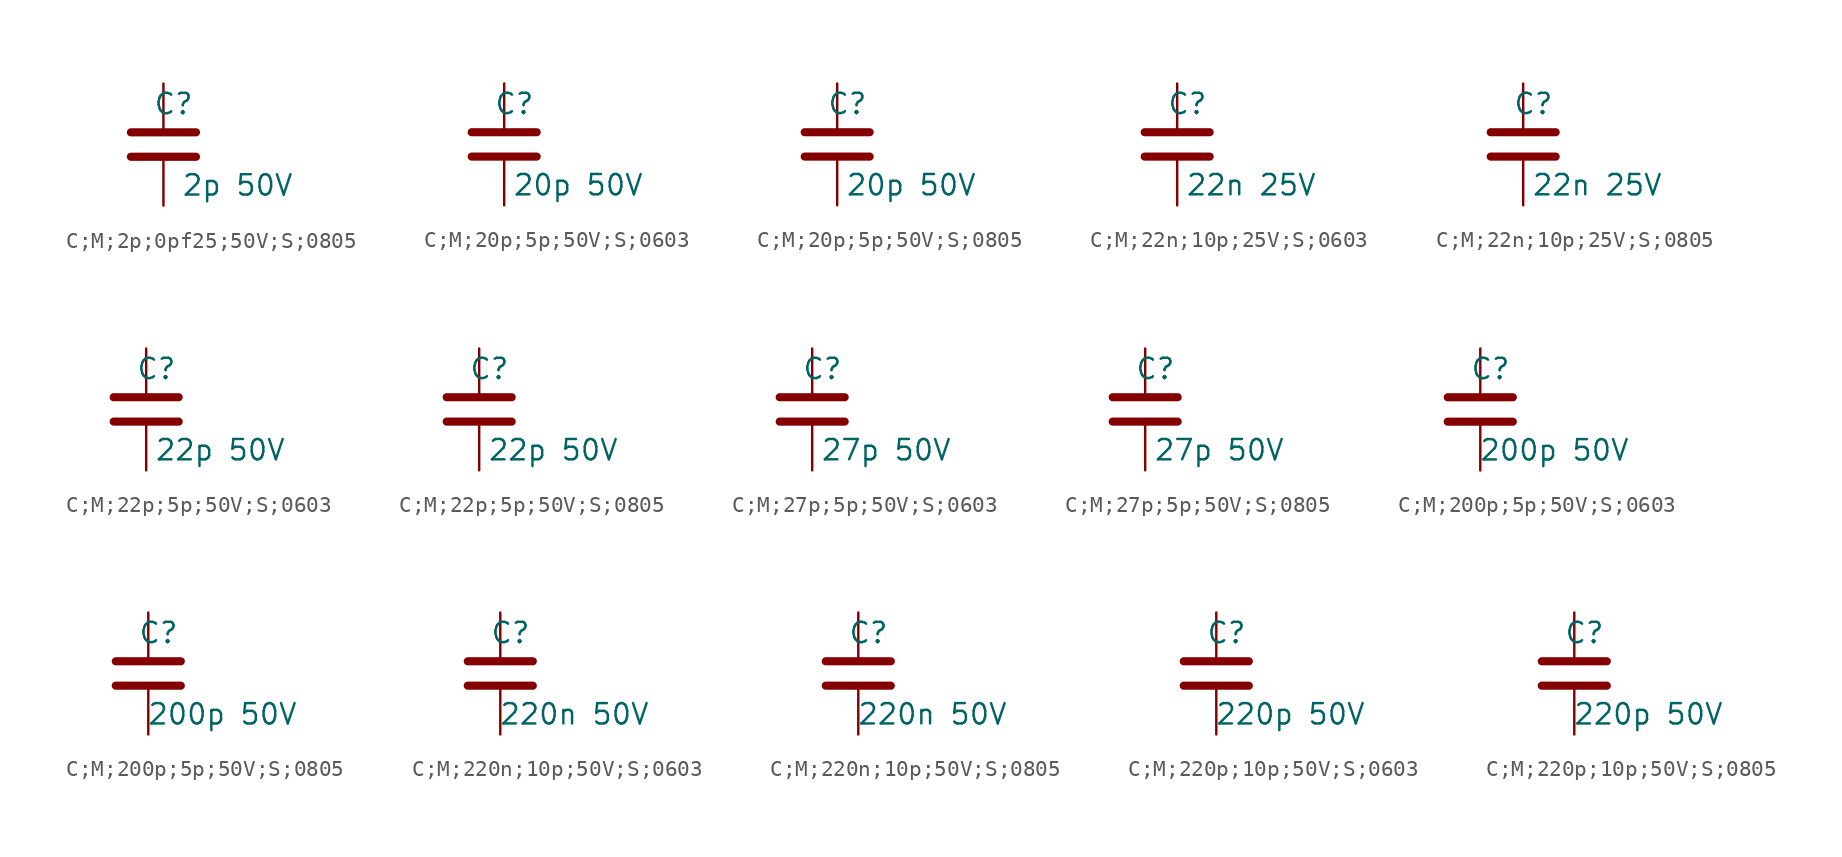
<source format=kicad_sym>
(kicad_symbol_lib
  (version 20231120)
  (generator "kicad_symbol_editor")
  (generator_version "8.0")
  (symbol "C;M;2p;0pf25;50V;S;0805"
    (pin_numbers hide)
    (pin_names
      (offset 0.254))
    (property "Reference" "C"
      (at 0.635 2.54 0)
      (effects (font (size 1.27 1.27))))
    (property "Value" "2p 50V"
      (at 4.635 -2.54 0)
      (effects (font (size 1.27 1.27))))
    (symbol "C;M;2p;0pf25;50V;S;0805_0_1"
      (polyline (pts (xy -2.032 -0.762) (xy 2.032 -0.762)) (stroke (width 0.508) (type default)) (fill (type none)))
      (polyline (pts (xy -2.032 0.762) (xy 2.032 0.762)) (stroke (width 0.508) (type default)) (fill (type none))))
    (symbol "C;M;2p;0pf25;50V;S;0805_1_1"
      (pin passive line (at 0 3.81 270) (length 2.794) (name "~" (effects (font (size 1.27 1.27)))) (number "1" (effects (font (size 1.27 1.27)))))
      (pin passive line (at 0 -3.81 90) (length 2.794) (name "~" (effects (font (size 1.27 1.27)))) (number "2" (effects (font (size 1.27 1.27)))))))
  (symbol "C;M;20p;5p;50V;S;0603"
    (pin_numbers hide)
    (pin_names
      (offset 0.254))
    (property "Reference" "C"
      (at 0.635 2.54 0)
      (effects (font (size 1.27 1.27))))
    (property "Value" "20p 50V"
      (at 4.635 -2.54 0)
      (effects (font (size 1.27 1.27))))
    (symbol "C;M;20p;5p;50V;S;0603_0_1"
      (polyline (pts (xy -2.032 -0.762) (xy 2.032 -0.762)) (stroke (width 0.508) (type default)) (fill (type none)))
      (polyline (pts (xy -2.032 0.762) (xy 2.032 0.762)) (stroke (width 0.508) (type default)) (fill (type none))))
    (symbol "C;M;20p;5p;50V;S;0603_1_1"
      (pin passive line (at 0 3.81 270) (length 2.794) (name "~" (effects (font (size 1.27 1.27)))) (number "1" (effects (font (size 1.27 1.27)))))
      (pin passive line (at 0 -3.81 90) (length 2.794) (name "~" (effects (font (size 1.27 1.27)))) (number "2" (effects (font (size 1.27 1.27)))))))
  (symbol "C;M;20p;5p;50V;S;0805"
    (pin_numbers hide)
    (pin_names
      (offset 0.254))
    (property "Reference" "C"
      (at 0.635 2.54 0)
      (effects (font (size 1.27 1.27))))
    (property "Value" "20p 50V"
      (at 4.635 -2.54 0)
      (effects (font (size 1.27 1.27))))
    (symbol "C;M;20p;5p;50V;S;0805_0_1"
      (polyline (pts (xy -2.032 -0.762) (xy 2.032 -0.762)) (stroke (width 0.508) (type default)) (fill (type none)))
      (polyline (pts (xy -2.032 0.762) (xy 2.032 0.762)) (stroke (width 0.508) (type default)) (fill (type none))))
    (symbol "C;M;20p;5p;50V;S;0805_1_1"
      (pin passive line (at 0 3.81 270) (length 2.794) (name "~" (effects (font (size 1.27 1.27)))) (number "1" (effects (font (size 1.27 1.27)))))
      (pin passive line (at 0 -3.81 90) (length 2.794) (name "~" (effects (font (size 1.27 1.27)))) (number "2" (effects (font (size 1.27 1.27)))))))
  (symbol "C;M;22n;10p;25V;S;0603"
    (pin_numbers hide)
    (pin_names
      (offset 0.254))
    (property "Reference" "C"
      (at 0.635 2.54 0)
      (effects (font (size 1.27 1.27))))
    (property "Value" "22n 25V"
      (at 4.635 -2.54 0)
      (effects (font (size 1.27 1.27))))
    (symbol "C;M;22n;10p;25V;S;0603_0_1"
      (polyline (pts (xy -2.032 -0.762) (xy 2.032 -0.762)) (stroke (width 0.508) (type default)) (fill (type none)))
      (polyline (pts (xy -2.032 0.762) (xy 2.032 0.762)) (stroke (width 0.508) (type default)) (fill (type none))))
    (symbol "C;M;22n;10p;25V;S;0603_1_1"
      (pin passive line (at 0 3.81 270) (length 2.794) (name "~" (effects (font (size 1.27 1.27)))) (number "1" (effects (font (size 1.27 1.27)))))
      (pin passive line (at 0 -3.81 90) (length 2.794) (name "~" (effects (font (size 1.27 1.27)))) (number "2" (effects (font (size 1.27 1.27)))))))
  (symbol "C;M;22n;10p;25V;S;0805"
    (pin_numbers hide)
    (pin_names
      (offset 0.254))
    (property "Reference" "C"
      (at 0.635 2.54 0)
      (effects (font (size 1.27 1.27))))
    (property "Value" "22n 25V"
      (at 4.635 -2.54 0)
      (effects (font (size 1.27 1.27))))
    (symbol "C;M;22n;10p;25V;S;0805_0_1"
      (polyline (pts (xy -2.032 -0.762) (xy 2.032 -0.762)) (stroke (width 0.508) (type default)) (fill (type none)))
      (polyline (pts (xy -2.032 0.762) (xy 2.032 0.762)) (stroke (width 0.508) (type default)) (fill (type none))))
    (symbol "C;M;22n;10p;25V;S;0805_1_1"
      (pin passive line (at 0 3.81 270) (length 2.794) (name "~" (effects (font (size 1.27 1.27)))) (number "1" (effects (font (size 1.27 1.27)))))
      (pin passive line (at 0 -3.81 90) (length 2.794) (name "~" (effects (font (size 1.27 1.27)))) (number "2" (effects (font (size 1.27 1.27)))))))
  (symbol "C;M;22p;5p;50V;S;0603"
    (pin_numbers hide)
    (pin_names
      (offset 0.254))
    (property "Reference" "C"
      (at 0.635 2.54 0)
      (effects (font (size 1.27 1.27))))
    (property "Value" "22p 50V"
      (at 4.635 -2.54 0)
      (effects (font (size 1.27 1.27))))
    (symbol "C;M;22p;5p;50V;S;0603_0_1"
      (polyline (pts (xy -2.032 -0.762) (xy 2.032 -0.762)) (stroke (width 0.508) (type default)) (fill (type none)))
      (polyline (pts (xy -2.032 0.762) (xy 2.032 0.762)) (stroke (width 0.508) (type default)) (fill (type none))))
    (symbol "C;M;22p;5p;50V;S;0603_1_1"
      (pin passive line (at 0 3.81 270) (length 2.794) (name "~" (effects (font (size 1.27 1.27)))) (number "1" (effects (font (size 1.27 1.27)))))
      (pin passive line (at 0 -3.81 90) (length 2.794) (name "~" (effects (font (size 1.27 1.27)))) (number "2" (effects (font (size 1.27 1.27)))))))
  (symbol "C;M;22p;5p;50V;S;0805"
    (pin_numbers hide)
    (pin_names
      (offset 0.254))
    (property "Reference" "C"
      (at 0.635 2.54 0)
      (effects (font (size 1.27 1.27))))
    (property "Value" "22p 50V"
      (at 4.635 -2.54 0)
      (effects (font (size 1.27 1.27))))
    (symbol "C;M;22p;5p;50V;S;0805_0_1"
      (polyline (pts (xy -2.032 -0.762) (xy 2.032 -0.762)) (stroke (width 0.508) (type default)) (fill (type none)))
      (polyline (pts (xy -2.032 0.762) (xy 2.032 0.762)) (stroke (width 0.508) (type default)) (fill (type none))))
    (symbol "C;M;22p;5p;50V;S;0805_1_1"
      (pin passive line (at 0 3.81 270) (length 2.794) (name "~" (effects (font (size 1.27 1.27)))) (number "1" (effects (font (size 1.27 1.27)))))
      (pin passive line (at 0 -3.81 90) (length 2.794) (name "~" (effects (font (size 1.27 1.27)))) (number "2" (effects (font (size 1.27 1.27)))))))
  (symbol "C;M;27p;5p;50V;S;0603"
    (pin_numbers hide)
    (pin_names
      (offset 0.254))
    (property "Reference" "C"
      (at 0.635 2.54 0)
      (effects (font (size 1.27 1.27))))
    (property "Value" "27p 50V"
      (at 4.635 -2.54 0)
      (effects (font (size 1.27 1.27))))
    (symbol "C;M;27p;5p;50V;S;0603_0_1"
      (polyline (pts (xy -2.032 -0.762) (xy 2.032 -0.762)) (stroke (width 0.508) (type default)) (fill (type none)))
      (polyline (pts (xy -2.032 0.762) (xy 2.032 0.762)) (stroke (width 0.508) (type default)) (fill (type none))))
    (symbol "C;M;27p;5p;50V;S;0603_1_1"
      (pin passive line (at 0 3.81 270) (length 2.794) (name "~" (effects (font (size 1.27 1.27)))) (number "1" (effects (font (size 1.27 1.27)))))
      (pin passive line (at 0 -3.81 90) (length 2.794) (name "~" (effects (font (size 1.27 1.27)))) (number "2" (effects (font (size 1.27 1.27)))))))
  (symbol "C;M;27p;5p;50V;S;0805"
    (pin_numbers hide)
    (pin_names
      (offset 0.254))
    (property "Reference" "C"
      (at 0.635 2.54 0)
      (effects (font (size 1.27 1.27))))
    (property "Value" "27p 50V"
      (at 4.635 -2.54 0)
      (effects (font (size 1.27 1.27))))
    (symbol "C;M;27p;5p;50V;S;0805_0_1"
      (polyline (pts (xy -2.032 -0.762) (xy 2.032 -0.762)) (stroke (width 0.508) (type default)) (fill (type none)))
      (polyline (pts (xy -2.032 0.762) (xy 2.032 0.762)) (stroke (width 0.508) (type default)) (fill (type none))))
    (symbol "C;M;27p;5p;50V;S;0805_1_1"
      (pin passive line (at 0 3.81 270) (length 2.794) (name "~" (effects (font (size 1.27 1.27)))) (number "1" (effects (font (size 1.27 1.27)))))
      (pin passive line (at 0 -3.81 90) (length 2.794) (name "~" (effects (font (size 1.27 1.27)))) (number "2" (effects (font (size 1.27 1.27)))))))
  (symbol "C;M;200p;5p;50V;S;0603"
    (pin_numbers hide)
    (pin_names
      (offset 0.254))
    (property "Reference" "C"
      (at 0.635 2.54 0)
      (effects (font (size 1.27 1.27))))
    (property "Value" "200p 50V"
      (at 4.635 -2.54 0)
      (effects (font (size 1.27 1.27))))
    (symbol "C;M;200p;5p;50V;S;0603_0_1"
      (polyline (pts (xy -2.032 -0.762) (xy 2.032 -0.762)) (stroke (width 0.508) (type default)) (fill (type none)))
      (polyline (pts (xy -2.032 0.762) (xy 2.032 0.762)) (stroke (width 0.508) (type default)) (fill (type none))))
    (symbol "C;M;200p;5p;50V;S;0603_1_1"
      (pin passive line (at 0 3.81 270) (length 2.794) (name "~" (effects (font (size 1.27 1.27)))) (number "1" (effects (font (size 1.27 1.27)))))
      (pin passive line (at 0 -3.81 90) (length 2.794) (name "~" (effects (font (size 1.27 1.27)))) (number "2" (effects (font (size 1.27 1.27)))))))
  (symbol "C;M;200p;5p;50V;S;0805"
    (pin_numbers hide)
    (pin_names
      (offset 0.254))
    (property "Reference" "C"
      (at 0.635 2.54 0)
      (effects (font (size 1.27 1.27))))
    (property "Value" "200p 50V"
      (at 4.635 -2.54 0)
      (effects (font (size 1.27 1.27))))
    (symbol "C;M;200p;5p;50V;S;0805_0_1"
      (polyline (pts (xy -2.032 -0.762) (xy 2.032 -0.762)) (stroke (width 0.508) (type default)) (fill (type none)))
      (polyline (pts (xy -2.032 0.762) (xy 2.032 0.762)) (stroke (width 0.508) (type default)) (fill (type none))))
    (symbol "C;M;200p;5p;50V;S;0805_1_1"
      (pin passive line (at 0 3.81 270) (length 2.794) (name "~" (effects (font (size 1.27 1.27)))) (number "1" (effects (font (size 1.27 1.27)))))
      (pin passive line (at 0 -3.81 90) (length 2.794) (name "~" (effects (font (size 1.27 1.27)))) (number "2" (effects (font (size 1.27 1.27)))))))
  (symbol "C;M;220n;10p;50V;S;0603"
    (pin_numbers hide)
    (pin_names
      (offset 0.254))
    (property "Reference" "C"
      (at 0.635 2.54 0)
      (effects (font (size 1.27 1.27))))
    (property "Value" "220n 50V"
      (at 4.635 -2.54 0)
      (effects (font (size 1.27 1.27))))
    (symbol "C;M;220n;10p;50V;S;0603_0_1"
      (polyline (pts (xy -2.032 -0.762) (xy 2.032 -0.762)) (stroke (width 0.508) (type default)) (fill (type none)))
      (polyline (pts (xy -2.032 0.762) (xy 2.032 0.762)) (stroke (width 0.508) (type default)) (fill (type none))))
    (symbol "C;M;220n;10p;50V;S;0603_1_1"
      (pin passive line (at 0 3.81 270) (length 2.794) (name "~" (effects (font (size 1.27 1.27)))) (number "1" (effects (font (size 1.27 1.27)))))
      (pin passive line (at 0 -3.81 90) (length 2.794) (name "~" (effects (font (size 1.27 1.27)))) (number "2" (effects (font (size 1.27 1.27)))))))
  (symbol "C;M;220n;10p;50V;S;0805"
    (pin_numbers hide)
    (pin_names
      (offset 0.254))
    (property "Reference" "C"
      (at 0.635 2.54 0)
      (effects (font (size 1.27 1.27))))
    (property "Value" "220n 50V"
      (at 4.635 -2.54 0)
      (effects (font (size 1.27 1.27))))
    (symbol "C;M;220n;10p;50V;S;0805_0_1"
      (polyline (pts (xy -2.032 -0.762) (xy 2.032 -0.762)) (stroke (width 0.508) (type default)) (fill (type none)))
      (polyline (pts (xy -2.032 0.762) (xy 2.032 0.762)) (stroke (width 0.508) (type default)) (fill (type none))))
    (symbol "C;M;220n;10p;50V;S;0805_1_1"
      (pin passive line (at 0 3.81 270) (length 2.794) (name "~" (effects (font (size 1.27 1.27)))) (number "1" (effects (font (size 1.27 1.27)))))
      (pin passive line (at 0 -3.81 90) (length 2.794) (name "~" (effects (font (size 1.27 1.27)))) (number "2" (effects (font (size 1.27 1.27)))))))
  (symbol "C;M;220p;10p;50V;S;0603"
    (pin_numbers hide)
    (pin_names
      (offset 0.254))
    (property "Reference" "C"
      (at 0.635 2.54 0)
      (effects (font (size 1.27 1.27))))
    (property "Value" "220p 50V"
      (at 4.635 -2.54 0)
      (effects (font (size 1.27 1.27))))
    (symbol "C;M;220p;10p;50V;S;0603_0_1"
      (polyline (pts (xy -2.032 -0.762) (xy 2.032 -0.762)) (stroke (width 0.508) (type default)) (fill (type none)))
      (polyline (pts (xy -2.032 0.762) (xy 2.032 0.762)) (stroke (width 0.508) (type default)) (fill (type none))))
    (symbol "C;M;220p;10p;50V;S;0603_1_1"
      (pin passive line (at 0 3.81 270) (length 2.794) (name "~" (effects (font (size 1.27 1.27)))) (number "1" (effects (font (size 1.27 1.27)))))
      (pin passive line (at 0 -3.81 90) (length 2.794) (name "~" (effects (font (size 1.27 1.27)))) (number "2" (effects (font (size 1.27 1.27)))))))
  (symbol "C;M;220p;10p;50V;S;0805"
    (pin_numbers hide)
    (pin_names
      (offset 0.254))
    (property "Reference" "C"
      (at 0.635 2.54 0)
      (effects (font (size 1.27 1.27))))
    (property "Value" "220p 50V"
      (at 4.635 -2.54 0)
      (effects (font (size 1.27 1.27))))
    (symbol "C;M;220p;10p;50V;S;0805_0_1"
      (polyline (pts (xy -2.032 -0.762) (xy 2.032 -0.762)) (stroke (width 0.508) (type default)) (fill (type none)))
      (polyline (pts (xy -2.032 0.762) (xy 2.032 0.762)) (stroke (width 0.508) (type default)) (fill (type none))))
    (symbol "C;M;220p;10p;50V;S;0805_1_1"
      (pin passive line (at 0 3.81 270) (length 2.794) (name "~" (effects (font (size 1.27 1.27)))) (number "1" (effects (font (size 1.27 1.27)))))
      (pin passive line (at 0 -3.81 90) (length 2.794) (name "~" (effects (font (size 1.27 1.27)))) (number "2" (effects (font (size 1.27 1.27))))))))
</source>
